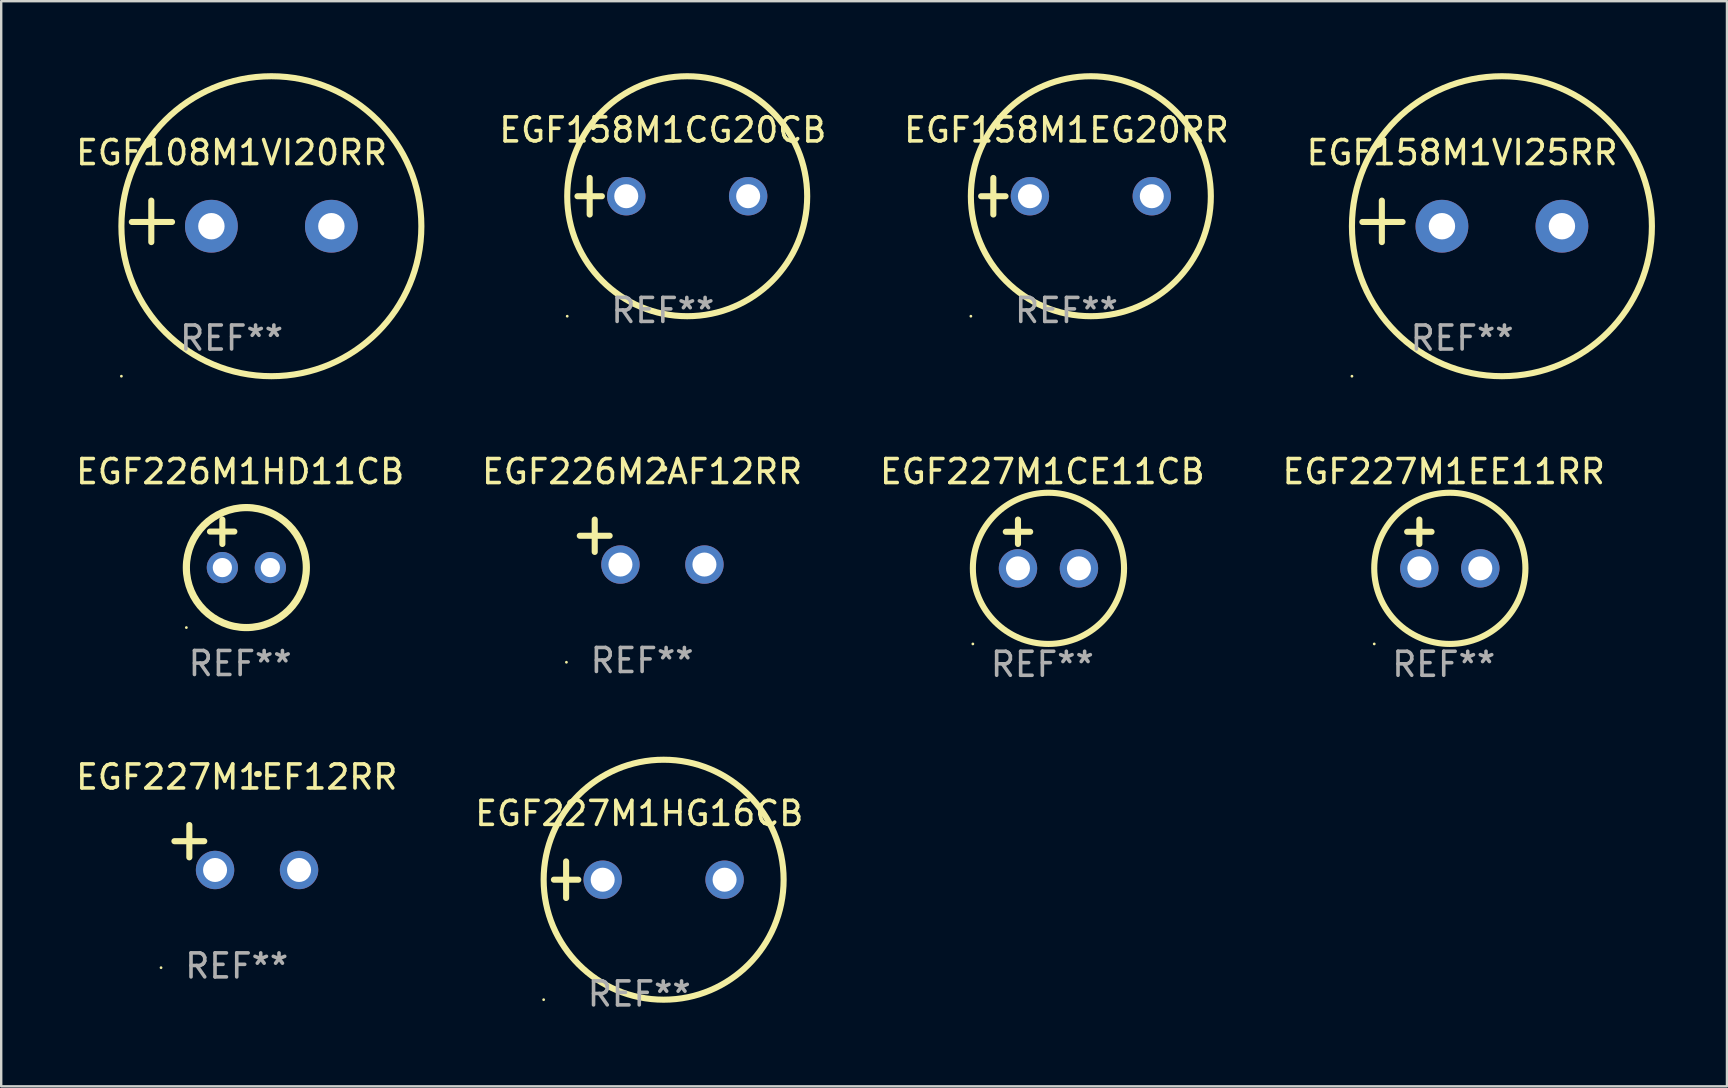
<source format=kicad_pcb>
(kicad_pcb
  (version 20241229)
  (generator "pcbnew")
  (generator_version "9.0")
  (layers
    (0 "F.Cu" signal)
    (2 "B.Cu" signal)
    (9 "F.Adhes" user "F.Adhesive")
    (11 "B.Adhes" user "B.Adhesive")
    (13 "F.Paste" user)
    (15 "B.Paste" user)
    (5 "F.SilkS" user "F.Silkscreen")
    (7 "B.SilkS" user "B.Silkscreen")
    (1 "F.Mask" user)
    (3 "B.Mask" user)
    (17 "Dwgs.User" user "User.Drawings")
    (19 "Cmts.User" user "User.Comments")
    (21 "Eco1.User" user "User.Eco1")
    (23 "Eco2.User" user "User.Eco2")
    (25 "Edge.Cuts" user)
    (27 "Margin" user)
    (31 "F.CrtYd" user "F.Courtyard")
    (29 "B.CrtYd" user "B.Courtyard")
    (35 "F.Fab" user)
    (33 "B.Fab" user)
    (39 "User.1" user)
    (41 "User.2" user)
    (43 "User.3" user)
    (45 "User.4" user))
  (footprint "EGF226M1HD11CB"
    (layer "F.Cu")
    (at 6.958 19.602)
    (property "Reference" "EGF226M1HD11CB" (at 0 -3 0) (layer "F.SilkS") (effects (font (size 1 1) (thickness 0.15))))
    (attr through_hole)
    (fp_line (start -1.258 -0.5) (end -0.242 -0.5) (stroke (width 0.254) (type solid)) (layer "F.SilkS"))
    (fp_line (start -0.742 -1) (end -0.742 0.016) (stroke (width 0.254) (type solid)) (layer "F.SilkS"))
    (fp_circle (center -2.242 3.5) (end -2.212 3.5) (stroke (width 0.06) (type solid)) (fill no) (layer "F.SilkS"))
    (fp_circle (center 0.258 1) (end 2.758 1) (stroke (width 0.3) (type solid)) (fill no) (layer "F.SilkS"))
    (fp_text user "REF**" (at 0 5 0) (layer "F.Fab") (effects (font (size 1 1) (thickness 0.15))))
    (pad "1" thru_hole circle (at -0.742 1) (size 1.3 1.3) (drill 0.8) (layers "*.Cu" "*.Mask"))
    (pad "2" thru_hole circle (at 1.258 1) (size 1.3 1.3) (drill 0.8) (layers "*.Cu" "*.Mask")))
  (footprint "EGF158M1CG20CB"
    (layer "F.Cu")
    (at 24.571 5.127)
    (property "Reference" "EGF158M1CG20CB" (at 0 -2.762 0) (layer "F.SilkS") (effects (font (size 1 1) (thickness 0.15))))
    (attr through_hole)
    (fp_line (start -3.556 0) (end -2.54 0) (stroke (width 0.254) (type solid)) (layer "F.SilkS"))
    (fp_line (start -3.048 -0.762) (end -3.048 0.762) (stroke (width 0.254) (type solid)) (layer "F.SilkS"))
    (fp_circle (center -3.984 5) (end -3.954 5) (stroke (width 0.06) (type solid)) (fill no) (layer "F.SilkS"))
    (fp_circle (center 1.016 0) (end 6.016 0) (stroke (width 0.254) (type solid)) (fill no) (layer "F.SilkS"))
    (fp_text user "REF**" (at 0 4.762 0) (layer "F.Fab") (effects (font (size 1 1) (thickness 0.15))))
    (pad "1" thru_hole circle (at -1.524 0) (size 1.6 1.6) (drill 1) (layers "*.Cu" "*.Mask"))
    (pad "2" thru_hole circle (at 3.556 0) (size 1.6 1.6) (drill 1) (layers "*.Cu" "*.Mask")))
  (footprint "EGF108M1VI20RR"
    (layer "F.Cu")
    (at 6.601 6.174)
    (property "Reference" "EGF108M1VI20RR" (at 0 -2.864 0) (layer "F.SilkS") (effects (font (size 1 1) (thickness 0.15))))
    (attr through_hole)
    (fp_line (start -3.346 0.864) (end -3.346 -0.864) (stroke (width 0.254) (type solid)) (layer "F.SilkS"))
    (fp_line (start -2.482 0.025) (end -4.158 0.025) (stroke (width 0.254) (type solid)) (layer "F.SilkS"))
    (fp_circle (center -4.592 6.453) (end -4.562 6.453) (stroke (width 0.06) (type solid)) (fill no) (layer "F.SilkS"))
    (fp_circle (center 1.658 0.203) (end 7.908 0.203) (stroke (width 0.254) (type solid)) (fill no) (layer "F.SilkS"))
    (fp_text user "REF**" (at 0 4.864 0) (layer "F.Fab") (effects (font (size 1 1) (thickness 0.15))))
    (pad "1" thru_hole circle (at -0.842 0.203) (size 2.2 2.2) (drill 1.1) (layers "*.Cu" "*.Mask"))
    (pad "2" thru_hole circle (at 4.158 0.203) (size 2.2 2.2) (drill 1.1) (layers "*.Cu" "*.Mask")))
  (footprint "EGF227M1HG16CB"
    (layer "F.Cu")
    (at 23.589 33.609)
    (property "Reference" "EGF227M1HG16CB" (at 0 -2.762 0) (layer "F.SilkS") (effects (font (size 1 1) (thickness 0.15))))
    (attr through_hole)
    (fp_line (start -3.556 0) (end -2.54 0) (stroke (width 0.254) (type solid)) (layer "F.SilkS"))
    (fp_line (start -3.048 -0.762) (end -3.048 0.762) (stroke (width 0.254) (type solid)) (layer "F.SilkS"))
    (fp_circle (center -3.984 5) (end -3.954 5) (stroke (width 0.06) (type solid)) (fill no) (layer "F.SilkS"))
    (fp_circle (center 1.016 0) (end 6.016 0) (stroke (width 0.254) (type solid)) (fill no) (layer "F.SilkS"))
    (fp_text user "REF**" (at 0 4.762 0) (layer "F.Fab") (effects (font (size 1 1) (thickness 0.15))))
    (pad "1" thru_hole circle (at -1.524 0) (size 1.6 1.6) (drill 1) (layers "*.Cu" "*.Mask"))
    (pad "2" thru_hole circle (at 3.556 0) (size 1.6 1.6) (drill 1) (layers "*.Cu" "*.Mask")))
  (footprint "EGF226M2AF12RR"
    (layer "F.Cu")
    (at 23.708 19.539)
    (property "Reference" "EGF226M2AF12RR" (at 0 -2.937 0) (layer "F.SilkS") (effects (font (size 1 1) (thickness 0.15))))
    (attr through_hole)
    (fp_line (start -1.975 0.41) (end -1.975 -0.937) (stroke (width 0.254) (type solid)) (layer "F.SilkS"))
    (fp_line (start -1.353 -0.263) (end -2.597 -0.263) (stroke (width 0.254) (type solid)) (layer "F.SilkS"))
    (fp_arc (start 0.849809 -3.063957) (mid 0.885369 -3.064114) (end 0.920929 -3.063957) (stroke (width 0.254001) (type solid)) (layer "F.SilkS"))
    (fp_circle (center -3.154 5.008) (end -3.124 5.008) (stroke (width 0.06) (type solid)) (fill no) (layer "F.SilkS"))
    (fp_text user "REF**" (at 0 4.937 0) (layer "F.Fab") (effects (font (size 1 1) (thickness 0.15))))
    (pad "1" thru_hole circle (at -0.903 0.937) (size 1.6 1.6) (drill 1) (layers "*.Cu" "*.Mask"))
    (pad "2" thru_hole circle (at 2.597 0.937) (size 1.6 1.6) (drill 1) (layers "*.Cu" "*.Mask")))
  (footprint "EGF158M1EG20RR"
    (layer "F.Cu")
    (at 41.392 5.127)
    (property "Reference" "EGF158M1EG20RR" (at 0 -2.762 0) (layer "F.SilkS") (effects (font (size 1 1) (thickness 0.15))))
    (attr through_hole)
    (fp_line (start -3.556 0) (end -2.54 0) (stroke (width 0.254) (type solid)) (layer "F.SilkS"))
    (fp_line (start -3.048 -0.762) (end -3.048 0.762) (stroke (width 0.254) (type solid)) (layer "F.SilkS"))
    (fp_circle (center -3.984 5) (end -3.954 5) (stroke (width 0.06) (type solid)) (fill no) (layer "F.SilkS"))
    (fp_circle (center 1.016 0) (end 6.016 0) (stroke (width 0.254) (type solid)) (fill no) (layer "F.SilkS"))
    (fp_text user "REF**" (at 0 4.762 0) (layer "F.Fab") (effects (font (size 1 1) (thickness 0.15))))
    (pad "1" thru_hole circle (at -1.524 0) (size 1.6 1.6) (drill 1) (layers "*.Cu" "*.Mask"))
    (pad "2" thru_hole circle (at 3.556 0) (size 1.6 1.6) (drill 1) (layers "*.Cu" "*.Mask")))
  (footprint "EGF227M1CE11CB"
    (layer "F.Cu")
    (at 40.387 19.618)
    (property "Reference" "EGF227M1CE11CB" (at 0 -3.016 0) (layer "F.SilkS") (effects (font (size 1 1) (thickness 0.15))))
    (attr through_hole)
    (fp_line (start -1.524 -0.508) (end -0.508 -0.508) (stroke (width 0.254) (type solid)) (layer "F.SilkS"))
    (fp_line (start -1.016 -1.016) (end -1.016 0) (stroke (width 0.254) (type solid)) (layer "F.SilkS"))
    (fp_circle (center -2.896 4.166) (end -2.866 4.166) (stroke (width 0.06) (type solid)) (fill no) (layer "F.SilkS"))
    (fp_circle (center 0.254 1.016) (end 3.404 1.016) (stroke (width 0.254) (type solid)) (fill no) (layer "F.SilkS"))
    (fp_text user "REF**" (at 0 5.016 0) (layer "F.Fab") (effects (font (size 1 1) (thickness 0.15))))
    (pad "1" thru_hole circle (at -1.016 1.016) (size 1.6 1.6) (drill 1) (layers "*.Cu" "*.Mask"))
    (pad "2" thru_hole circle (at 1.524 1.016) (size 1.6 1.6) (drill 1) (layers "*.Cu" "*.Mask")))
  (footprint "EGF227M1EF12RR"
    (layer "F.Cu")
    (at 6.815 32.267)
    (property "Reference" "EGF227M1EF12RR" (at 0 -2.937 0) (layer "F.SilkS") (effects (font (size 1 1) (thickness 0.15))))
    (attr through_hole)
    (fp_line (start -1.975 0.41) (end -1.975 -0.937) (stroke (width 0.254) (type solid)) (layer "F.SilkS"))
    (fp_line (start -1.353 -0.263) (end -2.597 -0.263) (stroke (width 0.254) (type solid)) (layer "F.SilkS"))
    (fp_arc (start 0.849809 -3.063957) (mid 0.885369 -3.064114) (end 0.920929 -3.063957) (stroke (width 0.254001) (type solid)) (layer "F.SilkS"))
    (fp_circle (center -3.154 5.008) (end -3.124 5.008) (stroke (width 0.06) (type solid)) (fill no) (layer "F.SilkS"))
    (fp_text user "REF**" (at 0 4.937 0) (layer "F.Fab") (effects (font (size 1 1) (thickness 0.15))))
    (pad "1" thru_hole circle (at -0.903 0.937) (size 1.6 1.6) (drill 1) (layers "*.Cu" "*.Mask"))
    (pad "2" thru_hole circle (at 2.597 0.937) (size 1.6 1.6) (drill 1) (layers "*.Cu" "*.Mask")))
  (footprint "EGF227M1EE11RR"
    (layer "F.Cu")
    (at 57.113 19.618)
    (property "Reference" "EGF227M1EE11RR" (at 0 -3.016 0) (layer "F.SilkS") (effects (font (size 1 1) (thickness 0.15))))
    (attr through_hole)
    (fp_line (start -1.524 -0.508) (end -0.508 -0.508) (stroke (width 0.254) (type solid)) (layer "F.SilkS"))
    (fp_line (start -1.016 -1.016) (end -1.016 0) (stroke (width 0.254) (type solid)) (layer "F.SilkS"))
    (fp_circle (center -2.896 4.166) (end -2.866 4.166) (stroke (width 0.06) (type solid)) (fill no) (layer "F.SilkS"))
    (fp_circle (center 0.254 1.016) (end 3.404 1.016) (stroke (width 0.254) (type solid)) (fill no) (layer "F.SilkS"))
    (fp_text user "REF**" (at 0 5.016 0) (layer "F.Fab") (effects (font (size 1 1) (thickness 0.15))))
    (pad "1" thru_hole circle (at -1.016 1.016) (size 1.6 1.6) (drill 1) (layers "*.Cu" "*.Mask"))
    (pad "2" thru_hole circle (at 1.524 1.016) (size 1.6 1.6) (drill 1) (layers "*.Cu" "*.Mask")))
  (footprint "EGF158M1VI25RR"
    (layer "F.Cu")
    (at 57.88 6.174)
    (property "Reference" "EGF158M1VI25RR" (at 0 -2.864 0) (layer "F.SilkS") (effects (font (size 1 1) (thickness 0.15))))
    (attr through_hole)
    (fp_line (start -3.346 0.864) (end -3.346 -0.864) (stroke (width 0.254) (type solid)) (layer "F.SilkS"))
    (fp_line (start -2.482 0.025) (end -4.158 0.025) (stroke (width 0.254) (type solid)) (layer "F.SilkS"))
    (fp_circle (center -4.592 6.453) (end -4.562 6.453) (stroke (width 0.06) (type solid)) (fill no) (layer "F.SilkS"))
    (fp_circle (center 1.658 0.203) (end 7.908 0.203) (stroke (width 0.254) (type solid)) (fill no) (layer "F.SilkS"))
    (fp_text user "REF**" (at 0 4.864 0) (layer "F.Fab") (effects (font (size 1 1) (thickness 0.15))))
    (pad "1" thru_hole circle (at -0.842 0.203) (size 2.2 2.2) (drill 1.1) (layers "*.Cu" "*.Mask"))
    (pad "2" thru_hole circle (at 4.158 0.203) (size 2.2 2.2) (drill 1.1) (layers "*.Cu" "*.Mask")))
  (gr_rect
    (start -3 -3)
    (end 68.916 42.22)
    (stroke (width 0.1) (type default))
    (fill no)
    (layer "Edge.Cuts")))
</source>
